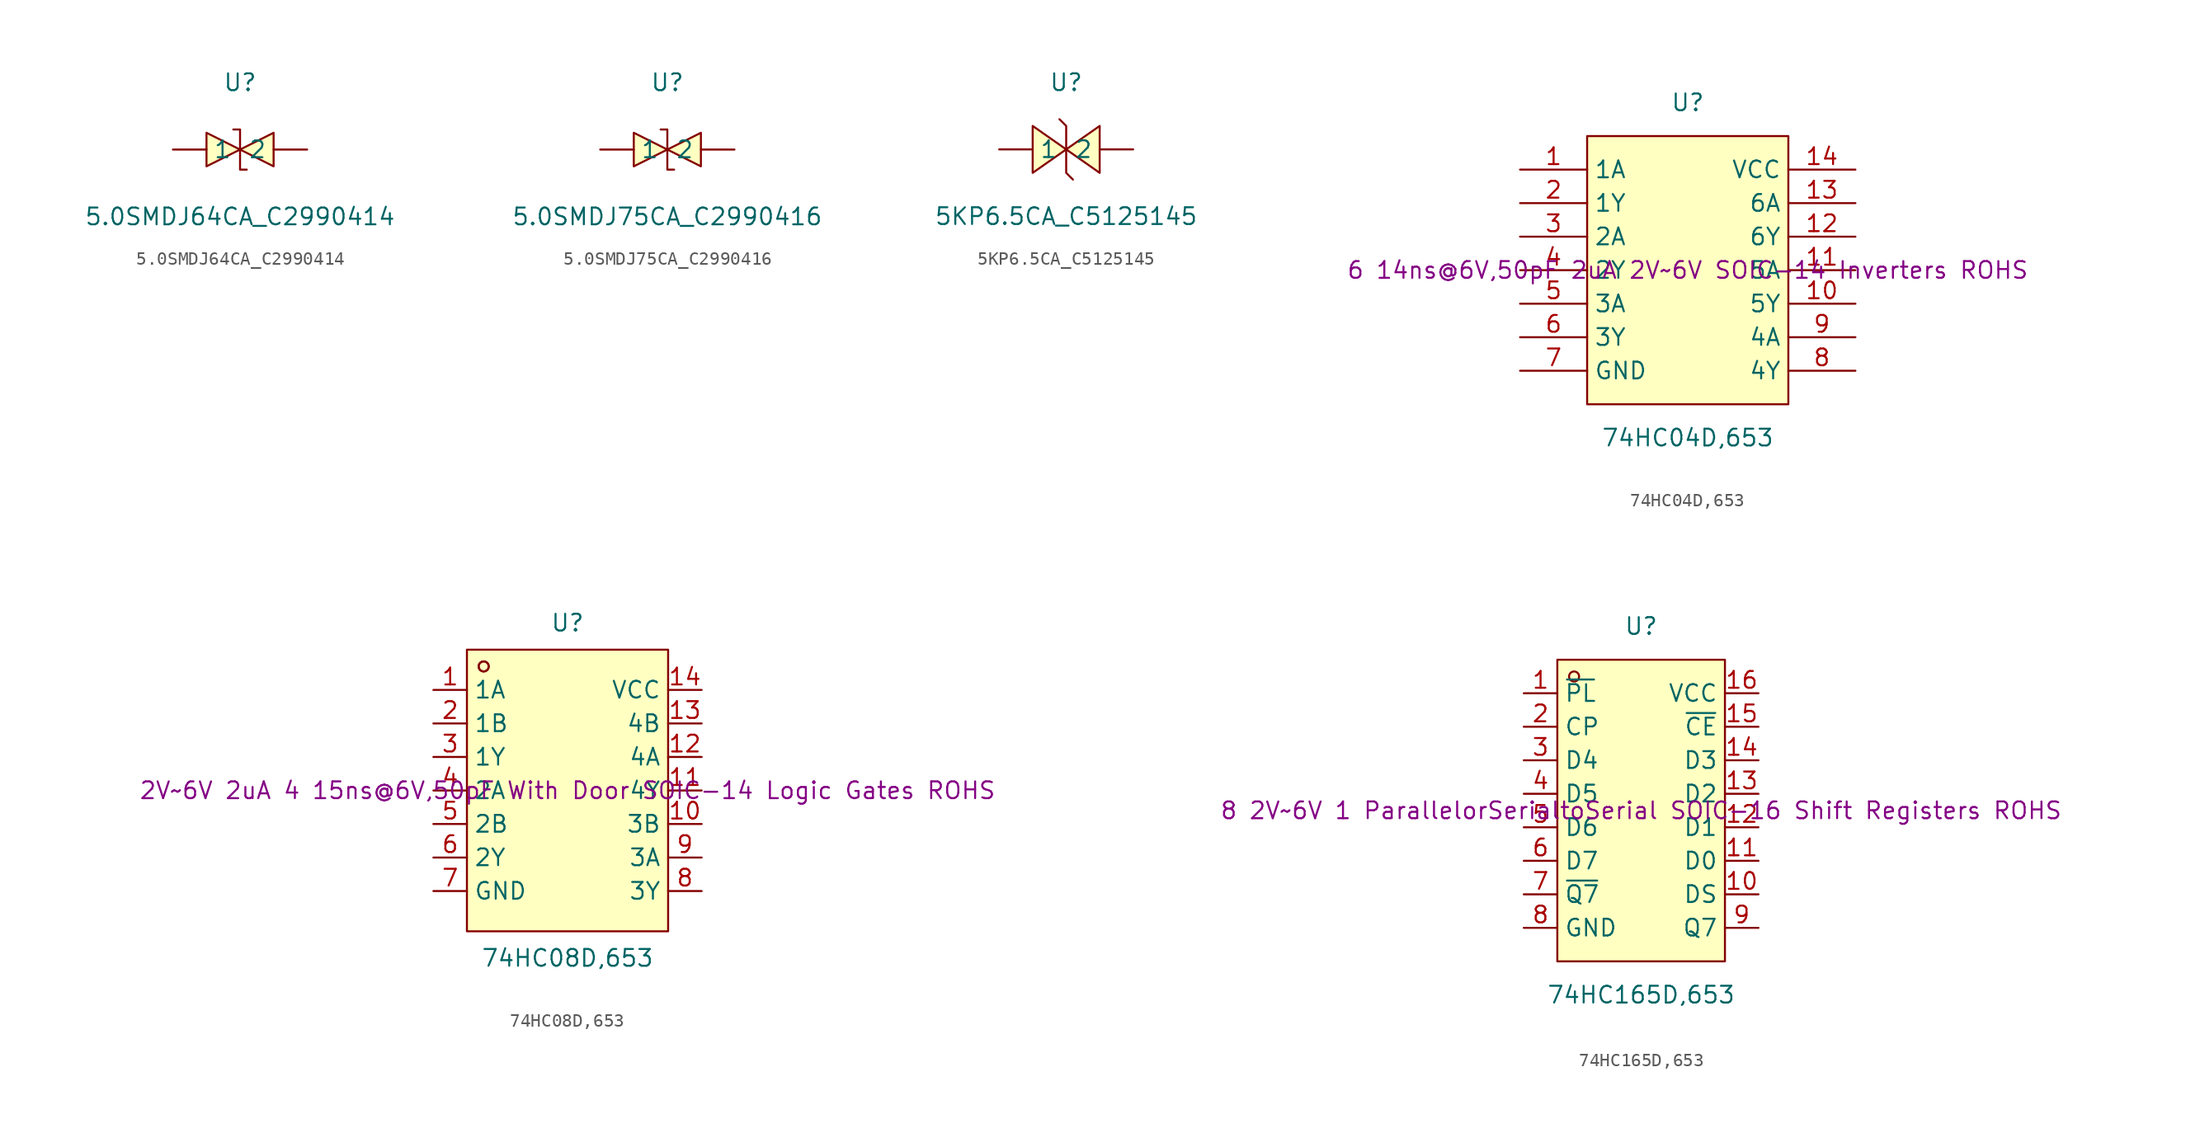
<source format=kicad_sym>
(kicad_symbol_lib
  (version 20241209)
  (generator "kicad_symbol_editor")
  (generator_version "9.0")
  (symbol "5.0SMDJ64CA_C2990414"
    (pin_numbers
      (hide yes))
    (property "Reference" "U"
      (at 0 5.08 0)
      (effects (font (size 1.27 1.27))))
    (property "Value" "5.0SMDJ64CA_C2990414"
      (at 0 -5.08 0)
      (effects (font (size 1.27 1.27))))
    (symbol "5.0SMDJ64CA_C2990414_0_1"
      (polyline (pts (xy -2.54 1.27) (xy 0 0) (xy -2.54 -1.27) (xy -2.54 1.27)) (stroke (width 0) (type default)) (fill (type background)))
      (polyline (pts (xy -0.51 1.52) (xy -0.51 1.52) (xy 0 1.52) (xy 0 -1.52) (xy 0.51 -1.52) (xy 0.51 -1.52)) (stroke (width 0) (type default)) (fill (type none)))
      (polyline (pts (xy 2.54 1.27) (xy 0 0) (xy 2.54 -1.27) (xy 2.54 1.27)) (stroke (width 0) (type default)) (fill (type background)))
      (pin unspecified line (at -5.08 0 0) (length 2.54) (name "1" (effects (font (size 1.27 1.27)))) (number "1" (effects (font (size 1.27 1.27)))))
      (pin unspecified line (at 5.08 0 180) (length 2.54) (name "2" (effects (font (size 1.27 1.27)))) (number "2" (effects (font (size 1.27 1.27)))))))
  (symbol "5.0SMDJ75CA_C2990416"
    (pin_numbers
      (hide yes))
    (property "Reference" "U"
      (at 0 5.08 0)
      (effects (font (size 1.27 1.27))))
    (property "Value" "5.0SMDJ75CA_C2990416"
      (at 0 -5.08 0)
      (effects (font (size 1.27 1.27))))
    (symbol "5.0SMDJ75CA_C2990416_0_1"
      (polyline (pts (xy -2.54 1.27) (xy 0 0) (xy -2.54 -1.27) (xy -2.54 1.27)) (stroke (width 0) (type default)) (fill (type background)))
      (polyline (pts (xy -0.51 1.52) (xy -0.51 1.52) (xy 0 1.52) (xy 0 -1.52) (xy 0.51 -1.52) (xy 0.51 -1.52)) (stroke (width 0) (type default)) (fill (type none)))
      (polyline (pts (xy 2.54 1.27) (xy 0 0) (xy 2.54 -1.27) (xy 2.54 1.27)) (stroke (width 0) (type default)) (fill (type background)))
      (pin unspecified line (at -5.08 0 0) (length 2.54) (name "1" (effects (font (size 1.27 1.27)))) (number "1" (effects (font (size 1.27 1.27)))))
      (pin unspecified line (at 5.08 0 180) (length 2.54) (name "2" (effects (font (size 1.27 1.27)))) (number "2" (effects (font (size 1.27 1.27)))))))
  (symbol "5KP6.5CA_C5125145"
    (pin_numbers
      (hide yes))
    (property "Reference" "U"
      (at 0 5.08 0)
      (effects (font (size 1.27 1.27))))
    (property "Value" "5KP6.5CA_C5125145"
      (at 0 -5.08 0)
      (effects (font (size 1.27 1.27))))
    (symbol "5KP6.5CA_C5125145_0_1"
      (polyline (pts (xy -2.54 -1.78) (xy 0 0) (xy -2.54 1.78) (xy -2.54 -1.78)) (stroke (width 0) (type default)) (fill (type background)))
      (polyline (pts (xy 0.51 -2.29) (xy 0.51 -2.29) (xy 0 -1.78) (xy 0 1.78) (xy -0.51 2.29) (xy -0.51 2.29)) (stroke (width 0) (type default)) (fill (type none)))
      (polyline (pts (xy 2.54 1.78) (xy 0 0) (xy 2.54 -1.78) (xy 2.54 1.78)) (stroke (width 0) (type default)) (fill (type background)))
      (pin unspecified line (at -5.08 0 0) (length 2.54) (name "1" (effects (font (size 1.27 1.27)))) (number "1" (effects (font (size 1.27 1.27)))))
      (pin unspecified line (at 5.08 0 180) (length 2.54) (name "2" (effects (font (size 1.27 1.27)))) (number "2" (effects (font (size 1.27 1.27)))))))
  (symbol "74HC04D,653"
    (property "Reference" "U"
      (at 0 12.7 0)
      (effects (font (size 1.27 1.27))))
    (property "Value" "74HC04D,653"
      (at 0 -12.7 0)
      (effects (font (size 1.27 1.27))))
    (property "Description" "6 14ns@6V,50pF 2uA 2V~6V SOIC-14 Inverters ROHS"
      (at 0 0 0)
      (effects (font (size 1.27 1.27))))
    (symbol "74HC04D,653_0_1"
      (rectangle (start -7.62 10.16) (end 7.62 -10.16) (stroke (width 0) (type default)) (fill (type background)))
      (pin unspecified line (at -12.7 7.62 0) (length 5.08) (name "1A" (effects (font (size 1.27 1.27)))) (number "1" (effects (font (size 1.27 1.27)))))
      (pin unspecified line (at -12.7 5.08 0) (length 5.08) (name "1Y" (effects (font (size 1.27 1.27)))) (number "2" (effects (font (size 1.27 1.27)))))
      (pin unspecified line (at -12.7 2.54 0) (length 5.08) (name "2A" (effects (font (size 1.27 1.27)))) (number "3" (effects (font (size 1.27 1.27)))))
      (pin unspecified line (at -12.7 0 0) (length 5.08) (name "2Y" (effects (font (size 1.27 1.27)))) (number "4" (effects (font (size 1.27 1.27)))))
      (pin unspecified line (at -12.7 -2.54 0) (length 5.08) (name "3A" (effects (font (size 1.27 1.27)))) (number "5" (effects (font (size 1.27 1.27)))))
      (pin unspecified line (at -12.7 -5.08 0) (length 5.08) (name "3Y" (effects (font (size 1.27 1.27)))) (number "6" (effects (font (size 1.27 1.27)))))
      (pin unspecified line (at -12.7 -7.62 0) (length 5.08) (name "GND" (effects (font (size 1.27 1.27)))) (number "7" (effects (font (size 1.27 1.27)))))
      (pin unspecified line (at 12.7 7.62 180) (length 5.08) (name "VCC" (effects (font (size 1.27 1.27)))) (number "14" (effects (font (size 1.27 1.27)))))
      (pin unspecified line (at 12.7 5.08 180) (length 5.08) (name "6A" (effects (font (size 1.27 1.27)))) (number "13" (effects (font (size 1.27 1.27)))))
      (pin unspecified line (at 12.7 2.54 180) (length 5.08) (name "6Y" (effects (font (size 1.27 1.27)))) (number "12" (effects (font (size 1.27 1.27)))))
      (pin unspecified line (at 12.7 0 180) (length 5.08) (name "5A" (effects (font (size 1.27 1.27)))) (number "11" (effects (font (size 1.27 1.27)))))
      (pin unspecified line (at 12.7 -2.54 180) (length 5.08) (name "5Y" (effects (font (size 1.27 1.27)))) (number "10" (effects (font (size 1.27 1.27)))))
      (pin unspecified line (at 12.7 -5.08 180) (length 5.08) (name "4A" (effects (font (size 1.27 1.27)))) (number "9" (effects (font (size 1.27 1.27)))))
      (pin unspecified line (at 12.7 -7.62 180) (length 5.08) (name "4Y" (effects (font (size 1.27 1.27)))) (number "8" (effects (font (size 1.27 1.27)))))))
  (symbol "74HC08D,653"
    (property "Reference" "U"
      (at 0 12.7 0)
      (effects (font (size 1.27 1.27))))
    (property "Value" "74HC08D,653"
      (at 0 -12.7 0)
      (effects (font (size 1.27 1.27))))
    (property "Description" "2V~6V 2uA 4 15ns@6V,50pF With Door SOIC-14 Logic Gates ROHS"
      (at 0 0 0)
      (effects (font (size 1.27 1.27))))
    (symbol "74HC08D,653_0_1"
      (rectangle (start -7.62 10.67) (end 7.62 -10.67) (stroke (width 0) (type default)) (fill (type background)))
      (circle (center -6.35 9.4) (radius 0.38) (stroke (width 0) (type default)) (fill (type none)))
      (circle (center -6.35 9.4) (radius 0.38) (stroke (width 0) (type default)) (fill (type none)))
      (pin unspecified line (at -10.16 7.62 0) (length 2.54) (name "1A" (effects (font (size 1.27 1.27)))) (number "1" (effects (font (size 1.27 1.27)))))
      (pin unspecified line (at -10.16 5.08 0) (length 2.54) (name "1B" (effects (font (size 1.27 1.27)))) (number "2" (effects (font (size 1.27 1.27)))))
      (pin unspecified line (at -10.16 2.54 0) (length 2.54) (name "1Y" (effects (font (size 1.27 1.27)))) (number "3" (effects (font (size 1.27 1.27)))))
      (pin unspecified line (at -10.16 0 0) (length 2.54) (name "2A" (effects (font (size 1.27 1.27)))) (number "4" (effects (font (size 1.27 1.27)))))
      (pin unspecified line (at -10.16 -2.54 0) (length 2.54) (name "2B" (effects (font (size 1.27 1.27)))) (number "5" (effects (font (size 1.27 1.27)))))
      (pin unspecified line (at -10.16 -5.08 0) (length 2.54) (name "2Y" (effects (font (size 1.27 1.27)))) (number "6" (effects (font (size 1.27 1.27)))))
      (pin unspecified line (at -10.16 -7.62 0) (length 2.54) (name "GND" (effects (font (size 1.27 1.27)))) (number "7" (effects (font (size 1.27 1.27)))))
      (pin unspecified line (at 10.16 7.62 180) (length 2.54) (name "VCC" (effects (font (size 1.27 1.27)))) (number "14" (effects (font (size 1.27 1.27)))))
      (pin unspecified line (at 10.16 5.08 180) (length 2.54) (name "4B" (effects (font (size 1.27 1.27)))) (number "13" (effects (font (size 1.27 1.27)))))
      (pin unspecified line (at 10.16 2.54 180) (length 2.54) (name "4A" (effects (font (size 1.27 1.27)))) (number "12" (effects (font (size 1.27 1.27)))))
      (pin unspecified line (at 10.16 0 180) (length 2.54) (name "4Y" (effects (font (size 1.27 1.27)))) (number "11" (effects (font (size 1.27 1.27)))))
      (pin unspecified line (at 10.16 -2.54 180) (length 2.54) (name "3B" (effects (font (size 1.27 1.27)))) (number "10" (effects (font (size 1.27 1.27)))))
      (pin unspecified line (at 10.16 -5.08 180) (length 2.54) (name "3A" (effects (font (size 1.27 1.27)))) (number "9" (effects (font (size 1.27 1.27)))))
      (pin unspecified line (at 10.16 -7.62 180) (length 2.54) (name "3Y" (effects (font (size 1.27 1.27)))) (number "8" (effects (font (size 1.27 1.27)))))))
  (symbol "74HC165D,653"
    (property "Reference" "U"
      (at 0 13.97 0)
      (effects (font (size 1.27 1.27))))
    (property "Value" "74HC165D,653"
      (at 0 -13.97 0)
      (effects (font (size 1.27 1.27))))
    (property "Description" "8 2V~6V 1 ParallelorSerialtoSerial SOIC-16 Shift Registers ROHS"
      (at 0 0 0)
      (effects (font (size 1.27 1.27))))
    (symbol "74HC165D,653_0_1"
      (rectangle (start -6.35 11.43) (end 6.35 -11.43) (stroke (width 0) (type default)) (fill (type background)))
      (circle (center -5.08 10.16) (radius 0.38) (stroke (width 0) (type default)) (fill (type none)))
      (pin unspecified line (at -8.89 8.89 0) (length 2.54) (name "~{PL}" (effects (font (size 1.27 1.27)))) (number "1" (effects (font (size 1.27 1.27)))))
      (pin unspecified line (at -8.89 6.35 0) (length 2.54) (name "CP" (effects (font (size 1.27 1.27)))) (number "2" (effects (font (size 1.27 1.27)))))
      (pin unspecified line (at -8.89 3.81 0) (length 2.54) (name "D4" (effects (font (size 1.27 1.27)))) (number "3" (effects (font (size 1.27 1.27)))))
      (pin unspecified line (at -8.89 1.27 0) (length 2.54) (name "D5" (effects (font (size 1.27 1.27)))) (number "4" (effects (font (size 1.27 1.27)))))
      (pin unspecified line (at -8.89 -1.27 0) (length 2.54) (name "D6" (effects (font (size 1.27 1.27)))) (number "5" (effects (font (size 1.27 1.27)))))
      (pin unspecified line (at -8.89 -3.81 0) (length 2.54) (name "D7" (effects (font (size 1.27 1.27)))) (number "6" (effects (font (size 1.27 1.27)))))
      (pin unspecified line (at -8.89 -6.35 0) (length 2.54) (name "~{Q7}" (effects (font (size 1.27 1.27)))) (number "7" (effects (font (size 1.27 1.27)))))
      (pin unspecified line (at -8.89 -8.89 0) (length 2.54) (name "GND" (effects (font (size 1.27 1.27)))) (number "8" (effects (font (size 1.27 1.27)))))
      (pin unspecified line (at 8.89 8.89 180) (length 2.54) (name "VCC" (effects (font (size 1.27 1.27)))) (number "16" (effects (font (size 1.27 1.27)))))
      (pin unspecified line (at 8.89 6.35 180) (length 2.54) (name "~{CE}" (effects (font (size 1.27 1.27)))) (number "15" (effects (font (size 1.27 1.27)))))
      (pin unspecified line (at 8.89 3.81 180) (length 2.54) (name "D3" (effects (font (size 1.27 1.27)))) (number "14" (effects (font (size 1.27 1.27)))))
      (pin unspecified line (at 8.89 1.27 180) (length 2.54) (name "D2" (effects (font (size 1.27 1.27)))) (number "13" (effects (font (size 1.27 1.27)))))
      (pin unspecified line (at 8.89 -1.27 180) (length 2.54) (name "D1" (effects (font (size 1.27 1.27)))) (number "12" (effects (font (size 1.27 1.27)))))
      (pin unspecified line (at 8.89 -3.81 180) (length 2.54) (name "D0" (effects (font (size 1.27 1.27)))) (number "11" (effects (font (size 1.27 1.27)))))
      (pin unspecified line (at 8.89 -6.35 180) (length 2.54) (name "DS" (effects (font (size 1.27 1.27)))) (number "10" (effects (font (size 1.27 1.27)))))
      (pin unspecified line (at 8.89 -8.89 180) (length 2.54) (name "Q7" (effects (font (size 1.27 1.27)))) (number "9" (effects (font (size 1.27 1.27))))))))
</source>
